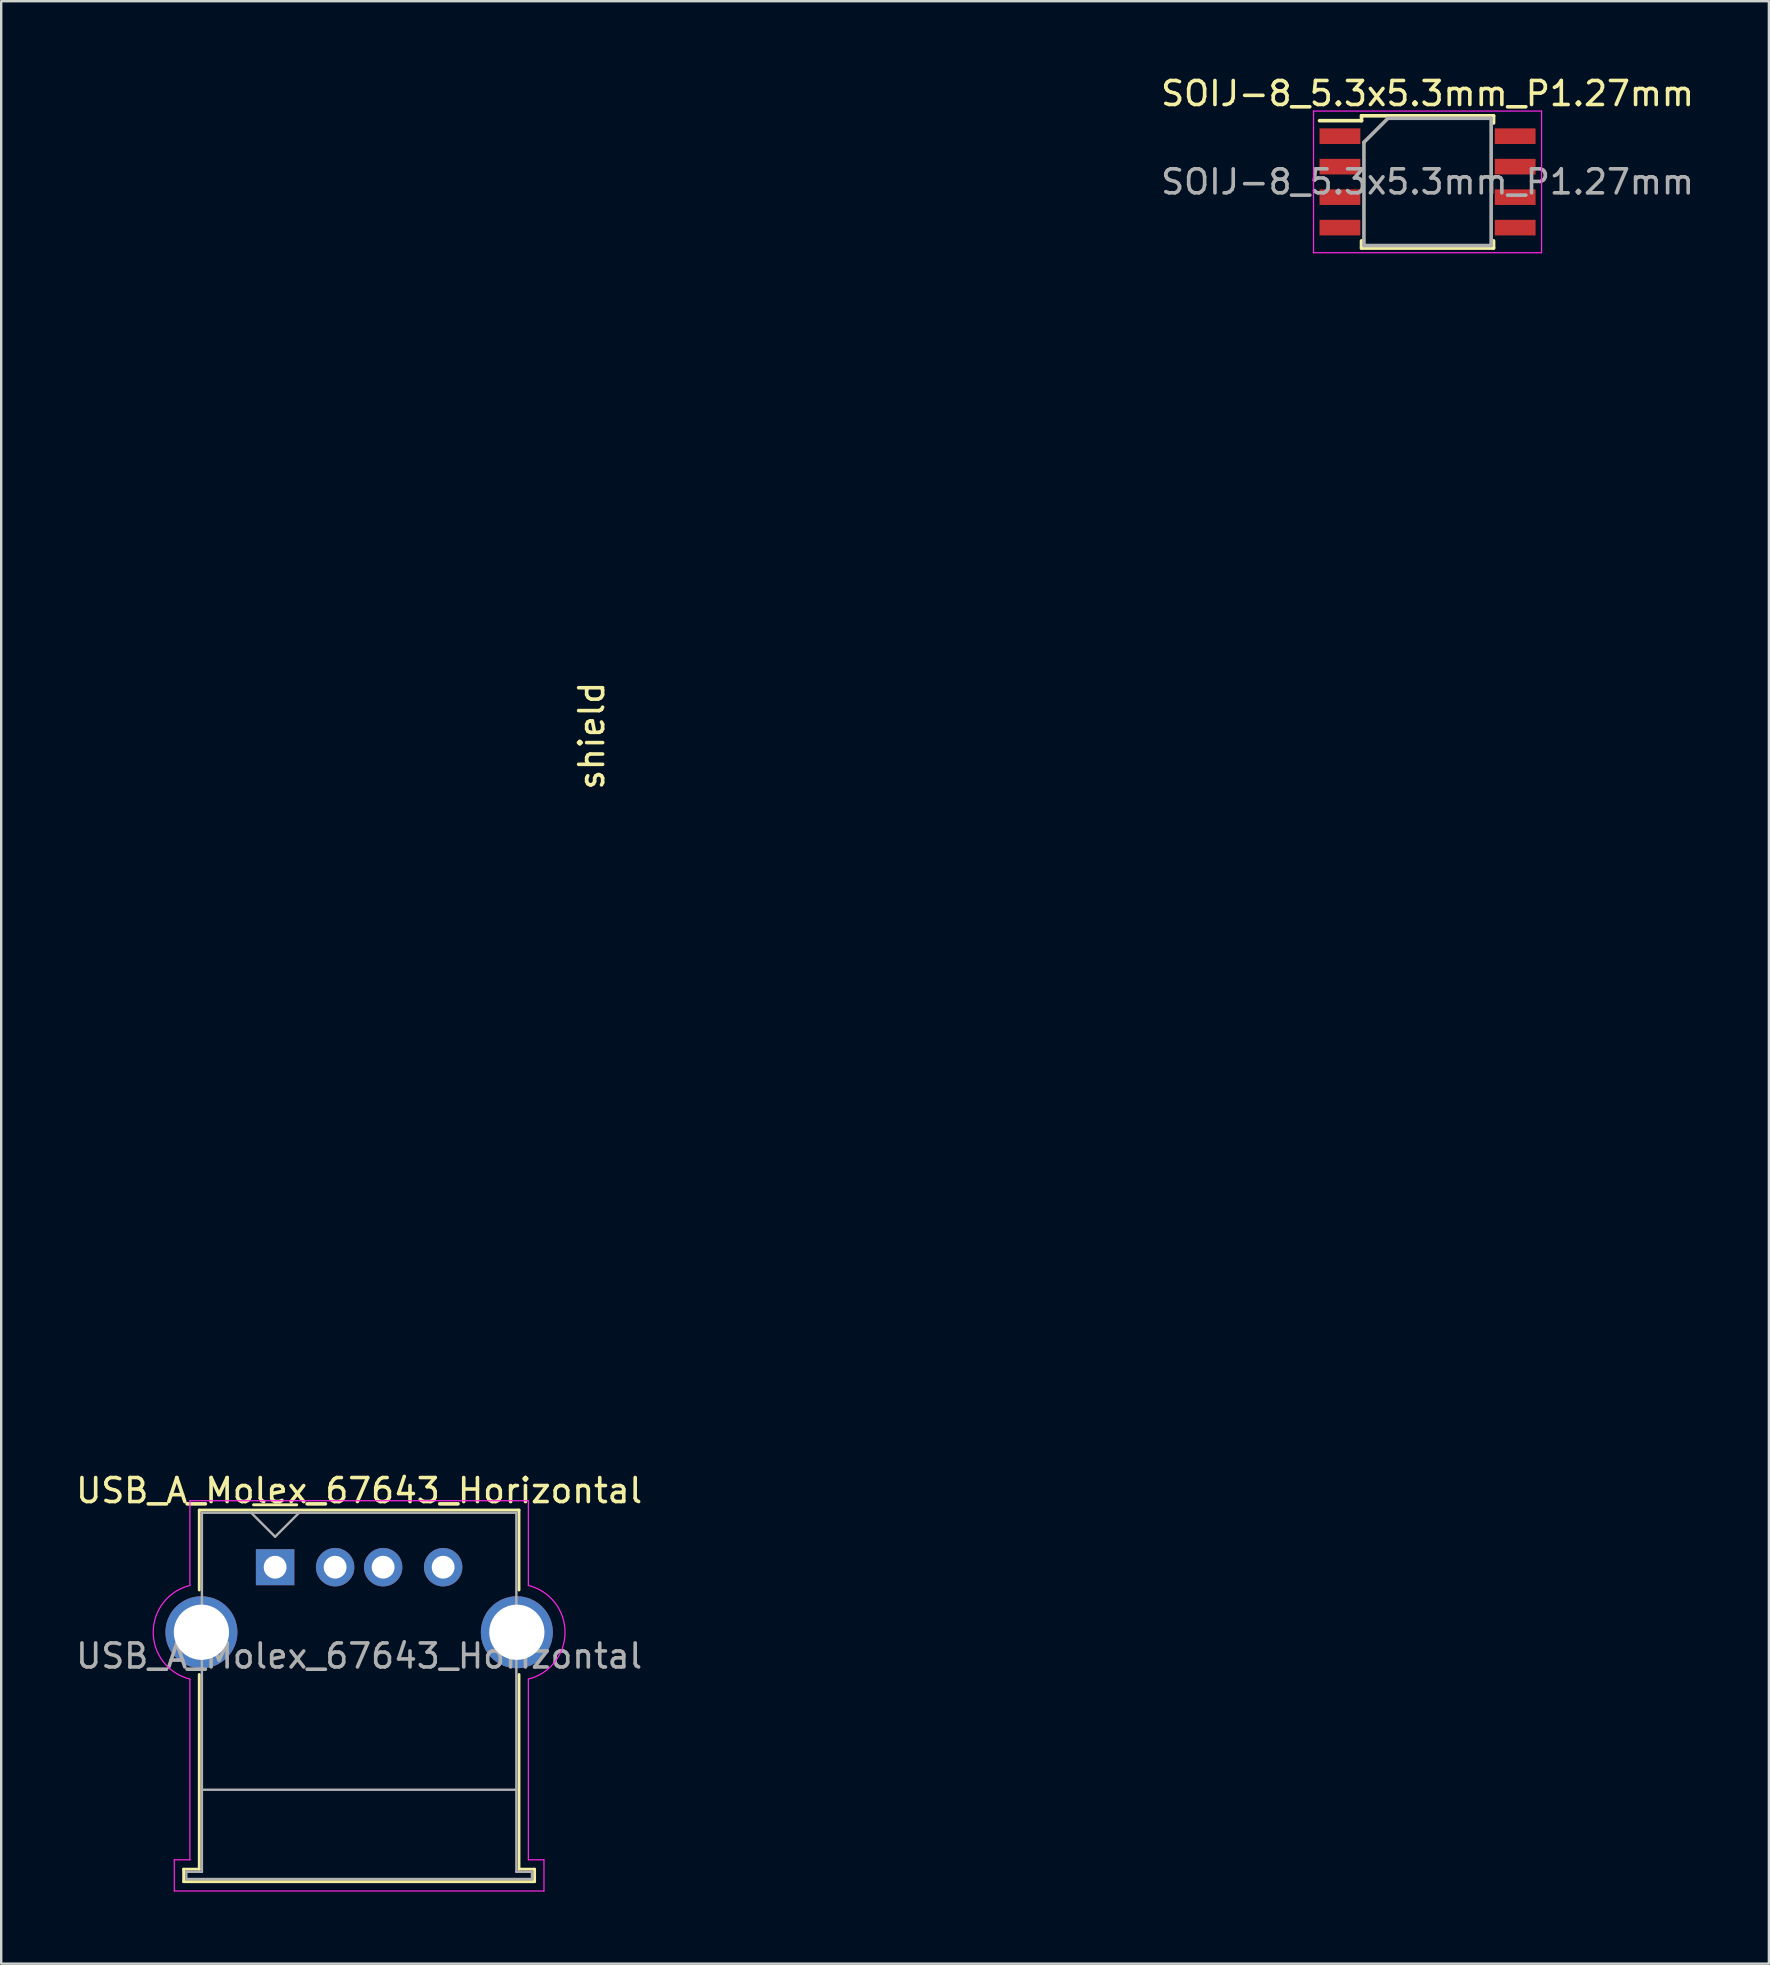
<source format=kicad_pcb>
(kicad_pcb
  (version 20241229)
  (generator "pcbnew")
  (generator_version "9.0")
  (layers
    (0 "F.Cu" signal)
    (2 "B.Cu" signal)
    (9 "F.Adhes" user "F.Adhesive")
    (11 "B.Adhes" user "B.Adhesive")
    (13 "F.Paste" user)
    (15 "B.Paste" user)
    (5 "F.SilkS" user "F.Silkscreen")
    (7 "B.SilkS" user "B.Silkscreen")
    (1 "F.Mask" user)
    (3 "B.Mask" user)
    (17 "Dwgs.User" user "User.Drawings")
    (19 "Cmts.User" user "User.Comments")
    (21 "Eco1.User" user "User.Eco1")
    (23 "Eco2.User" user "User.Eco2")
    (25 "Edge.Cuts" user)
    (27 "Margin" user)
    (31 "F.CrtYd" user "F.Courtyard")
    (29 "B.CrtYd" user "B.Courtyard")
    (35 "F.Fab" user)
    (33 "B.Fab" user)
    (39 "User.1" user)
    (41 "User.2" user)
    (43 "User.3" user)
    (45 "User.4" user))
  (footprint "USB_A_Molex_67643_Horizontal"
    (layer "F.Cu")
    (at 8.411 62.238)
    (property "Reference" "USB_A_Molex_67643_Horizontal" (at 3.5 -3.19 0) (layer "F.SilkS") (effects (font (size 1 1) (thickness 0.15))))
    (attr through_hole)
    (fp_line (start -3.81 12.58) (end -3.81 13.1) (stroke (width 0.12) (type solid)) (layer "F.SilkS"))
    (fp_line (start -3.81 13.1) (end 10.81 13.1) (stroke (width 0.12) (type solid)) (layer "F.SilkS"))
    (fp_line (start -3.16 -2.38) (end -3.16 0.95) (stroke (width 0.12) (type solid)) (layer "F.SilkS"))
    (fp_line (start -3.16 -2.38) (end 10.16 -2.38) (stroke (width 0.12) (type solid)) (layer "F.SilkS"))
    (fp_line (start -3.16 12.58) (end -3.81 12.58) (stroke (width 0.12) (type solid)) (layer "F.SilkS"))
    (fp_line (start -3.16 12.58) (end -3.16 4.47) (stroke (width 0.12) (type solid)) (layer "F.SilkS"))
    (fp_line (start -0.9 -2.6) (end 0.9 -2.6) (stroke (width 0.12) (type solid)) (layer "F.SilkS"))
    (fp_line (start 10.16 -2.38) (end 10.16 0.95) (stroke (width 0.12) (type solid)) (layer "F.SilkS"))
    (fp_line (start 10.16 4.47) (end 10.16 12.58) (stroke (width 0.12) (type solid)) (layer "F.SilkS"))
    (fp_line (start 10.81 12.58) (end 10.16 12.58) (stroke (width 0.12) (type solid)) (layer "F.SilkS"))
    (fp_line (start 10.81 13.1) (end 10.81 12.58) (stroke (width 0.12) (type solid)) (layer "F.SilkS"))
    (fp_line (start -4.2 12.19) (end -3.55 12.19) (stroke (width 0.05) (type solid)) (layer "F.CrtYd"))
    (fp_line (start -4.2 13.49) (end -4.2 12.19) (stroke (width 0.05) (type solid)) (layer "F.CrtYd"))
    (fp_line (start -4.2 13.49) (end 11.2 13.49) (stroke (width 0.05) (type solid)) (layer "F.CrtYd"))
    (fp_line (start -3.55 -2.77) (end -3.55 0.76) (stroke (width 0.05) (type solid)) (layer "F.CrtYd"))
    (fp_line (start -3.55 -2.77) (end 10.55 -2.77) (stroke (width 0.05) (type solid)) (layer "F.CrtYd"))
    (fp_line (start -3.55 12.19) (end -3.55 4.66) (stroke (width 0.05) (type solid)) (layer "F.CrtYd"))
    (fp_line (start 10.55 -2.77) (end 10.55 0.76) (stroke (width 0.05) (type solid)) (layer "F.CrtYd"))
    (fp_line (start 10.55 12.19) (end 10.55 4.66) (stroke (width 0.05) (type solid)) (layer "F.CrtYd"))
    (fp_line (start 11.2 12.19) (end 10.55 12.19) (stroke (width 0.05) (type solid)) (layer "F.CrtYd"))
    (fp_line (start 11.2 13.49) (end 11.2 12.19) (stroke (width 0.05) (type solid)) (layer "F.CrtYd"))
    (fp_arc (start -3.55 4.66) (mid -5.078208 2.71) (end -3.55 0.76) (stroke (width 0.05) (type solid)) (layer "F.CrtYd"))
    (fp_arc (start 10.55 0.76) (mid 12.078208 2.71) (end 10.55 4.66) (stroke (width 0.05) (type solid)) (layer "F.CrtYd"))
    (fp_line (start -3.7 12.69) (end -3.7 12.99) (stroke (width 0.1) (type solid)) (layer "F.Fab"))
    (fp_line (start -3.7 12.99) (end 10.7 12.99) (stroke (width 0.1) (type solid)) (layer "F.Fab"))
    (fp_line (start -3.05 -2.27) (end 10.05 -2.27) (stroke (width 0.1) (type solid)) (layer "F.Fab"))
    (fp_line (start -3.05 9.27) (end 10.05 9.27) (stroke (width 0.1) (type solid)) (layer "F.Fab"))
    (fp_line (start -3.05 12.69) (end -3.7 12.69) (stroke (width 0.1) (type solid)) (layer "F.Fab"))
    (fp_line (start -3.05 12.69) (end -3.05 -2.27) (stroke (width 0.1) (type solid)) (layer "F.Fab"))
    (fp_line (start -1 -2.27) (end 0 -1.27) (stroke (width 0.1) (type solid)) (layer "F.Fab"))
    (fp_line (start 0 -1.27) (end 1 -2.27) (stroke (width 0.1) (type solid)) (layer "F.Fab"))
    (fp_line (start 10.05 -2.27) (end 10.05 12.69) (stroke (width 0.1) (type solid)) (layer "F.Fab"))
    (fp_line (start 10.7 12.69) (end 10.05 12.69) (stroke (width 0.1) (type solid)) (layer "F.Fab"))
    (fp_line (start 10.7 12.99) (end 10.7 12.69) (stroke (width 0.1) (type solid)) (layer "F.Fab"))
    (fp_text user "${REFERENCE}" (at 3.5 3.7 0) (layer "F.Fab") (effects (font (size 1 1) (thickness 0.15))))
    (pad "1" thru_hole rect (at 0 0) (size 1.6 1.5) (drill 0.95) (layers "*.Cu" "*.Mask"))
    (pad "2" thru_hole circle (at 2.5 0) (size 1.6 1.6) (drill 0.95) (layers "*.Cu" "*.Mask"))
    (pad "3" thru_hole circle (at 4.5 0) (size 1.6 1.6) (drill 0.95) (layers "*.Cu" "*.Mask"))
    (pad "4" thru_hole circle (at 7 0) (size 1.6 1.6) (drill 0.95) (layers "*.Cu" "*.Mask"))
    (pad "5" thru_hole circle (at -3.07 2.71) (size 3 3) (drill 2.3) (layers "*.Cu" "*.Mask"))
    (pad "5" thru_hole circle (at 10.07 2.71) (size 3 3) (drill 2.3) (layers "*.Cu" "*.Mask")))
  (footprint "shield"
    (layer "F.Cu")
    (at 21.1 27.6)
    (property "Reference" "shield" (at 0.5 0 90) (layer "F.SilkS") (effects (font (size 1 1) (thickness 0.15))))
    (attr exclude_from_pos_files exclude_from_bom)
    (fp_line (start -21 -27.5) (end 21 -27.5) (stroke (width 0.2) (type solid)) (layer "Eco2.User"))
    (fp_line (start -21 27.5) (end -21 -27.5) (stroke (width 0.2) (type solid)) (layer "Eco2.User"))
    (fp_line (start -20 -26.5) (end -20 26.5) (stroke (width 0.2) (type solid)) (layer "Eco2.User"))
    (fp_line (start -20 -26.5) (end 20 -26.5) (stroke (width 0.2) (type solid)) (layer "Eco2.User"))
    (fp_line (start -20 26.5) (end -20 -26.5) (stroke (width 0.2) (type solid)) (layer "Eco2.User"))
    (fp_line (start 20 -26.5) (end -20 -26.5) (stroke (width 0.2) (type solid)) (layer "Eco2.User"))
    (fp_line (start 20 -26.5) (end 20 26.5) (stroke (width 0.2) (type solid)) (layer "Eco2.User"))
    (fp_line (start 20 26.5) (end -20 26.5) (stroke (width 0.2) (type solid)) (layer "Eco2.User"))
    (fp_line (start 20 26.5) (end 20 -26.5) (stroke (width 0.2) (type solid)) (layer "Eco2.User"))
    (fp_line (start 21 -27.5) (end 21 27.5) (stroke (width 0.2) (type solid)) (layer "Eco2.User"))
    (fp_line (start 21 27.5) (end -21 27.5) (stroke (width 0.2) (type solid)) (layer "Eco2.User")))
  (footprint "SOIJ-8_5.3x5.3mm_P1.27mm"
    (layer "F.Cu")
    (at 56.42 4.528)
    (property "Reference" "SOIJ-8_5.3x5.3mm_P1.27mm" (at 0 -3.68 0) (layer "F.SilkS") (effects (font (size 1 1) (thickness 0.15))))
    (attr smd)
    (fp_line (start -2.75 -2.755) (end -2.75 -2.55) (stroke (width 0.15) (type solid)) (layer "F.SilkS"))
    (fp_line (start -2.75 -2.755) (end 2.75 -2.755) (stroke (width 0.15) (type solid)) (layer "F.SilkS"))
    (fp_line (start -2.75 -2.55) (end -4.5 -2.55) (stroke (width 0.15) (type solid)) (layer "F.SilkS"))
    (fp_line (start -2.75 2.755) (end -2.75 2.455) (stroke (width 0.15) (type solid)) (layer "F.SilkS"))
    (fp_line (start -2.75 2.755) (end 2.75 2.755) (stroke (width 0.15) (type solid)) (layer "F.SilkS"))
    (fp_line (start 2.75 -2.755) (end 2.75 -2.455) (stroke (width 0.15) (type solid)) (layer "F.SilkS"))
    (fp_line (start 2.75 2.755) (end 2.75 2.455) (stroke (width 0.15) (type solid)) (layer "F.SilkS"))
    (fp_line (start -4.75 -2.95) (end -4.75 2.95) (stroke (width 0.05) (type solid)) (layer "F.CrtYd"))
    (fp_line (start -4.75 -2.95) (end 4.75 -2.95) (stroke (width 0.05) (type solid)) (layer "F.CrtYd"))
    (fp_line (start -4.75 2.95) (end 4.75 2.95) (stroke (width 0.05) (type solid)) (layer "F.CrtYd"))
    (fp_line (start 4.75 -2.95) (end 4.75 2.95) (stroke (width 0.05) (type solid)) (layer "F.CrtYd"))
    (fp_line (start -2.65 -1.65) (end -1.65 -2.65) (stroke (width 0.15) (type solid)) (layer "F.Fab"))
    (fp_line (start -2.65 2.65) (end -2.65 -1.65) (stroke (width 0.15) (type solid)) (layer "F.Fab"))
    (fp_line (start -1.65 -2.65) (end 2.65 -2.65) (stroke (width 0.15) (type solid)) (layer "F.Fab"))
    (fp_line (start 2.65 -2.65) (end 2.65 2.65) (stroke (width 0.15) (type solid)) (layer "F.Fab"))
    (fp_line (start 2.65 2.65) (end -2.65 2.65) (stroke (width 0.15) (type solid)) (layer "F.Fab"))
    (fp_text user "${REFERENCE}" (at 0 0 0) (layer "F.Fab") (effects (font (size 1 1) (thickness 0.15))))
    (pad "1" smd rect (at -3.65 -1.905) (size 1.7 0.65) (layers "F.Cu" "F.Mask" "F.Paste"))
    (pad "2" smd rect (at -3.65 -0.635) (size 1.7 0.65) (layers "F.Cu" "F.Mask" "F.Paste"))
    (pad "3" smd rect (at -3.65 0.635) (size 1.7 0.65) (layers "F.Cu" "F.Mask" "F.Paste"))
    (pad "4" smd rect (at -3.65 1.905) (size 1.7 0.65) (layers "F.Cu" "F.Mask" "F.Paste"))
    (pad "5" smd rect (at 3.65 1.905) (size 1.7 0.65) (layers "F.Cu" "F.Mask" "F.Paste"))
    (pad "6" smd rect (at 3.65 0.635) (size 1.7 0.65) (layers "F.Cu" "F.Mask" "F.Paste"))
    (pad "7" smd rect (at 3.65 -0.635) (size 1.7 0.65) (layers "F.Cu" "F.Mask" "F.Paste"))
    (pad "8" smd rect (at 3.65 -1.905) (size 1.7 0.65) (layers "F.Cu" "F.Mask" "F.Paste")))
  (gr_rect
    (start -3 -3)
    (end 70.64 78.753)
    (stroke (width 0.1) (type default))
    (fill no)
    (layer "Edge.Cuts")))
</source>
